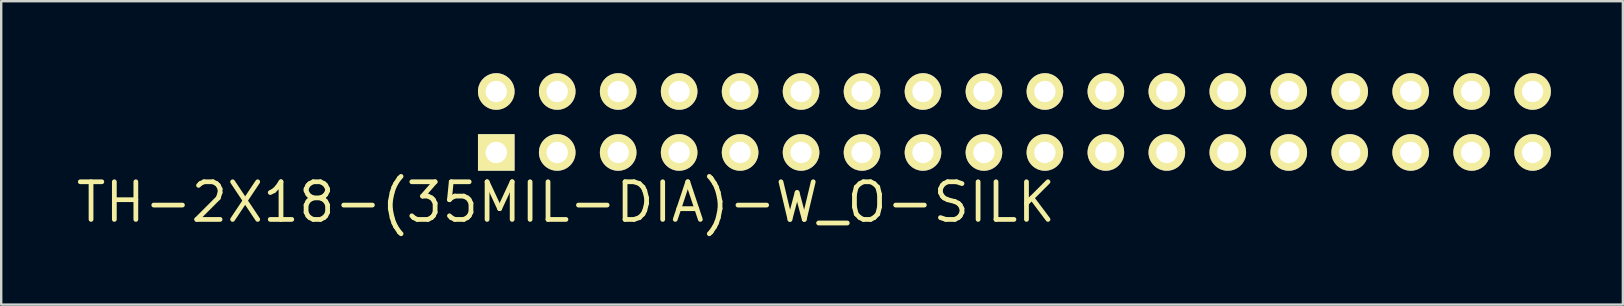
<source format=kicad_pcb>
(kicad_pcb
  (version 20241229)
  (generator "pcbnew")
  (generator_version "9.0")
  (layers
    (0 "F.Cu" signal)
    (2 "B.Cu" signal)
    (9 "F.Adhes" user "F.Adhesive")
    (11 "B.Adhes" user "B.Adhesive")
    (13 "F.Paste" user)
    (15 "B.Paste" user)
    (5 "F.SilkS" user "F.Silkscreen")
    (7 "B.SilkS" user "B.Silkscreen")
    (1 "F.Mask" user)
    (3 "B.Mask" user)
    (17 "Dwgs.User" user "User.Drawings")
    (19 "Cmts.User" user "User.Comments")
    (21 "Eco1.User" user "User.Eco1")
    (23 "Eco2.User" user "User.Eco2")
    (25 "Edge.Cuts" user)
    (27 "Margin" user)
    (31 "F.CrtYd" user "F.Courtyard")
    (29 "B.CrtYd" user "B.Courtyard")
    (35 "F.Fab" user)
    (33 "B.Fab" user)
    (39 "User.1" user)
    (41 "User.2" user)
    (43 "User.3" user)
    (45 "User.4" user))
  (footprint "TH-2X18-(35MIL-DIA)-W_O-SILK"
    (layer "F.Cu")
    (at 39.217 2.032)
    (property "Reference" "TH-2X18-(35MIL-DIA)-W_O-SILK" (at -18.687 3.345 0) (layer "F.SilkS") (effects (font (size 1.568 1.568) (thickness 0.198))))
    (attr exclude_from_pos_files exclude_from_bom)
    (fp_line (start -21.844 -1.524) (end -21.336 -1.524) (stroke (width 0.066) (type solid)) (layer "Dwgs.User"))
    (fp_line (start -21.844 -1.016) (end -21.844 -1.524) (stroke (width 0.066) (type solid)) (layer "Dwgs.User"))
    (fp_line (start -21.844 -1.016) (end -21.336 -1.016) (stroke (width 0.066) (type solid)) (layer "Dwgs.User"))
    (fp_line (start -21.844 1.016) (end -21.336 1.016) (stroke (width 0.066) (type solid)) (layer "Dwgs.User"))
    (fp_line (start -21.844 1.524) (end -21.844 1.016) (stroke (width 0.066) (type solid)) (layer "Dwgs.User"))
    (fp_line (start -21.844 1.524) (end -21.336 1.524) (stroke (width 0.066) (type solid)) (layer "Dwgs.User"))
    (fp_line (start -21.336 -1.016) (end -21.336 -1.524) (stroke (width 0.066) (type solid)) (layer "Dwgs.User"))
    (fp_line (start -21.336 1.524) (end -21.336 1.016) (stroke (width 0.066) (type solid)) (layer "Dwgs.User"))
    (fp_line (start -19.304 -1.524) (end -18.796 -1.524) (stroke (width 0.066) (type solid)) (layer "Dwgs.User"))
    (fp_line (start -19.304 -1.016) (end -19.304 -1.524) (stroke (width 0.066) (type solid)) (layer "Dwgs.User"))
    (fp_line (start -19.304 -1.016) (end -18.796 -1.016) (stroke (width 0.066) (type solid)) (layer "Dwgs.User"))
    (fp_line (start -19.304 1.016) (end -18.796 1.016) (stroke (width 0.066) (type solid)) (layer "Dwgs.User"))
    (fp_line (start -19.304 1.524) (end -19.304 1.016) (stroke (width 0.066) (type solid)) (layer "Dwgs.User"))
    (fp_line (start -19.304 1.524) (end -18.796 1.524) (stroke (width 0.066) (type solid)) (layer "Dwgs.User"))
    (fp_line (start -18.796 -1.016) (end -18.796 -1.524) (stroke (width 0.066) (type solid)) (layer "Dwgs.User"))
    (fp_line (start -18.796 1.524) (end -18.796 1.016) (stroke (width 0.066) (type solid)) (layer "Dwgs.User"))
    (fp_line (start -16.764 -1.524) (end -16.256 -1.524) (stroke (width 0.066) (type solid)) (layer "Dwgs.User"))
    (fp_line (start -16.764 -1.016) (end -16.764 -1.524) (stroke (width 0.066) (type solid)) (layer "Dwgs.User"))
    (fp_line (start -16.764 -1.016) (end -16.256 -1.016) (stroke (width 0.066) (type solid)) (layer "Dwgs.User"))
    (fp_line (start -16.764 1.016) (end -16.256 1.016) (stroke (width 0.066) (type solid)) (layer "Dwgs.User"))
    (fp_line (start -16.764 1.524) (end -16.764 1.016) (stroke (width 0.066) (type solid)) (layer "Dwgs.User"))
    (fp_line (start -16.764 1.524) (end -16.256 1.524) (stroke (width 0.066) (type solid)) (layer "Dwgs.User"))
    (fp_line (start -16.256 -1.016) (end -16.256 -1.524) (stroke (width 0.066) (type solid)) (layer "Dwgs.User"))
    (fp_line (start -16.256 1.524) (end -16.256 1.016) (stroke (width 0.066) (type solid)) (layer "Dwgs.User"))
    (fp_line (start -14.224 -1.524) (end -13.716 -1.524) (stroke (width 0.066) (type solid)) (layer "Dwgs.User"))
    (fp_line (start -14.224 -1.016) (end -14.224 -1.524) (stroke (width 0.066) (type solid)) (layer "Dwgs.User"))
    (fp_line (start -14.224 -1.016) (end -13.716 -1.016) (stroke (width 0.066) (type solid)) (layer "Dwgs.User"))
    (fp_line (start -14.224 1.016) (end -13.716 1.016) (stroke (width 0.066) (type solid)) (layer "Dwgs.User"))
    (fp_line (start -14.224 1.524) (end -14.224 1.016) (stroke (width 0.066) (type solid)) (layer "Dwgs.User"))
    (fp_line (start -14.224 1.524) (end -13.716 1.524) (stroke (width 0.066) (type solid)) (layer "Dwgs.User"))
    (fp_line (start -13.716 -1.016) (end -13.716 -1.524) (stroke (width 0.066) (type solid)) (layer "Dwgs.User"))
    (fp_line (start -13.716 1.524) (end -13.716 1.016) (stroke (width 0.066) (type solid)) (layer "Dwgs.User"))
    (fp_line (start -11.684 -1.524) (end -11.176 -1.524) (stroke (width 0.066) (type solid)) (layer "Dwgs.User"))
    (fp_line (start -11.684 -1.016) (end -11.684 -1.524) (stroke (width 0.066) (type solid)) (layer "Dwgs.User"))
    (fp_line (start -11.684 -1.016) (end -11.176 -1.016) (stroke (width 0.066) (type solid)) (layer "Dwgs.User"))
    (fp_line (start -11.684 1.016) (end -11.176 1.016) (stroke (width 0.066) (type solid)) (layer "Dwgs.User"))
    (fp_line (start -11.684 1.524) (end -11.684 1.016) (stroke (width 0.066) (type solid)) (layer "Dwgs.User"))
    (fp_line (start -11.684 1.524) (end -11.176 1.524) (stroke (width 0.066) (type solid)) (layer "Dwgs.User"))
    (fp_line (start -11.176 -1.016) (end -11.176 -1.524) (stroke (width 0.066) (type solid)) (layer "Dwgs.User"))
    (fp_line (start -11.176 1.524) (end -11.176 1.016) (stroke (width 0.066) (type solid)) (layer "Dwgs.User"))
    (fp_line (start -9.144 -1.524) (end -8.636 -1.524) (stroke (width 0.066) (type solid)) (layer "Dwgs.User"))
    (fp_line (start -9.144 -1.016) (end -9.144 -1.524) (stroke (width 0.066) (type solid)) (layer "Dwgs.User"))
    (fp_line (start -9.144 -1.016) (end -8.636 -1.016) (stroke (width 0.066) (type solid)) (layer "Dwgs.User"))
    (fp_line (start -9.144 1.016) (end -8.636 1.016) (stroke (width 0.066) (type solid)) (layer "Dwgs.User"))
    (fp_line (start -9.144 1.524) (end -9.144 1.016) (stroke (width 0.066) (type solid)) (layer "Dwgs.User"))
    (fp_line (start -9.144 1.524) (end -8.636 1.524) (stroke (width 0.066) (type solid)) (layer "Dwgs.User"))
    (fp_line (start -8.636 -1.016) (end -8.636 -1.524) (stroke (width 0.066) (type solid)) (layer "Dwgs.User"))
    (fp_line (start -8.636 1.524) (end -8.636 1.016) (stroke (width 0.066) (type solid)) (layer "Dwgs.User"))
    (fp_line (start -6.604 -1.524) (end -6.096 -1.524) (stroke (width 0.066) (type solid)) (layer "Dwgs.User"))
    (fp_line (start -6.604 -1.016) (end -6.604 -1.524) (stroke (width 0.066) (type solid)) (layer "Dwgs.User"))
    (fp_line (start -6.604 -1.016) (end -6.096 -1.016) (stroke (width 0.066) (type solid)) (layer "Dwgs.User"))
    (fp_line (start -6.604 1.016) (end -6.096 1.016) (stroke (width 0.066) (type solid)) (layer "Dwgs.User"))
    (fp_line (start -6.604 1.524) (end -6.604 1.016) (stroke (width 0.066) (type solid)) (layer "Dwgs.User"))
    (fp_line (start -6.604 1.524) (end -6.096 1.524) (stroke (width 0.066) (type solid)) (layer "Dwgs.User"))
    (fp_line (start -6.096 -1.016) (end -6.096 -1.524) (stroke (width 0.066) (type solid)) (layer "Dwgs.User"))
    (fp_line (start -6.096 1.524) (end -6.096 1.016) (stroke (width 0.066) (type solid)) (layer "Dwgs.User"))
    (fp_line (start -4.064 -1.524) (end -3.556 -1.524) (stroke (width 0.066) (type solid)) (layer "Dwgs.User"))
    (fp_line (start -4.064 -1.016) (end -4.064 -1.524) (stroke (width 0.066) (type solid)) (layer "Dwgs.User"))
    (fp_line (start -4.064 -1.016) (end -3.556 -1.016) (stroke (width 0.066) (type solid)) (layer "Dwgs.User"))
    (fp_line (start -4.064 1.016) (end -3.556 1.016) (stroke (width 0.066) (type solid)) (layer "Dwgs.User"))
    (fp_line (start -4.064 1.524) (end -4.064 1.016) (stroke (width 0.066) (type solid)) (layer "Dwgs.User"))
    (fp_line (start -4.064 1.524) (end -3.556 1.524) (stroke (width 0.066) (type solid)) (layer "Dwgs.User"))
    (fp_line (start -3.556 -1.016) (end -3.556 -1.524) (stroke (width 0.066) (type solid)) (layer "Dwgs.User"))
    (fp_line (start -3.556 1.524) (end -3.556 1.016) (stroke (width 0.066) (type solid)) (layer "Dwgs.User"))
    (fp_line (start -1.524 -1.524) (end -1.016 -1.524) (stroke (width 0.066) (type solid)) (layer "Dwgs.User"))
    (fp_line (start -1.524 -1.016) (end -1.524 -1.524) (stroke (width 0.066) (type solid)) (layer "Dwgs.User"))
    (fp_line (start -1.524 -1.016) (end -1.016 -1.016) (stroke (width 0.066) (type solid)) (layer "Dwgs.User"))
    (fp_line (start -1.524 1.016) (end -1.016 1.016) (stroke (width 0.066) (type solid)) (layer "Dwgs.User"))
    (fp_line (start -1.524 1.524) (end -1.524 1.016) (stroke (width 0.066) (type solid)) (layer "Dwgs.User"))
    (fp_line (start -1.524 1.524) (end -1.016 1.524) (stroke (width 0.066) (type solid)) (layer "Dwgs.User"))
    (fp_line (start -1.016 -1.016) (end -1.016 -1.524) (stroke (width 0.066) (type solid)) (layer "Dwgs.User"))
    (fp_line (start -1.016 1.524) (end -1.016 1.016) (stroke (width 0.066) (type solid)) (layer "Dwgs.User"))
    (fp_line (start 1.016 -1.524) (end 1.524 -1.524) (stroke (width 0.066) (type solid)) (layer "Dwgs.User"))
    (fp_line (start 1.016 -1.016) (end 1.016 -1.524) (stroke (width 0.066) (type solid)) (layer "Dwgs.User"))
    (fp_line (start 1.016 -1.016) (end 1.524 -1.016) (stroke (width 0.066) (type solid)) (layer "Dwgs.User"))
    (fp_line (start 1.016 1.016) (end 1.524 1.016) (stroke (width 0.066) (type solid)) (layer "Dwgs.User"))
    (fp_line (start 1.016 1.524) (end 1.016 1.016) (stroke (width 0.066) (type solid)) (layer "Dwgs.User"))
    (fp_line (start 1.016 1.524) (end 1.524 1.524) (stroke (width 0.066) (type solid)) (layer "Dwgs.User"))
    (fp_line (start 1.524 -1.016) (end 1.524 -1.524) (stroke (width 0.066) (type solid)) (layer "Dwgs.User"))
    (fp_line (start 1.524 1.524) (end 1.524 1.016) (stroke (width 0.066) (type solid)) (layer "Dwgs.User"))
    (fp_line (start 3.556 -1.524) (end 4.064 -1.524) (stroke (width 0.066) (type solid)) (layer "Dwgs.User"))
    (fp_line (start 3.556 -1.016) (end 3.556 -1.524) (stroke (width 0.066) (type solid)) (layer "Dwgs.User"))
    (fp_line (start 3.556 -1.016) (end 4.064 -1.016) (stroke (width 0.066) (type solid)) (layer "Dwgs.User"))
    (fp_line (start 3.556 1.016) (end 4.064 1.016) (stroke (width 0.066) (type solid)) (layer "Dwgs.User"))
    (fp_line (start 3.556 1.524) (end 3.556 1.016) (stroke (width 0.066) (type solid)) (layer "Dwgs.User"))
    (fp_line (start 3.556 1.524) (end 4.064 1.524) (stroke (width 0.066) (type solid)) (layer "Dwgs.User"))
    (fp_line (start 4.064 -1.016) (end 4.064 -1.524) (stroke (width 0.066) (type solid)) (layer "Dwgs.User"))
    (fp_line (start 4.064 1.524) (end 4.064 1.016) (stroke (width 0.066) (type solid)) (layer "Dwgs.User"))
    (fp_line (start 6.096 -1.524) (end 6.604 -1.524) (stroke (width 0.066) (type solid)) (layer "Dwgs.User"))
    (fp_line (start 6.096 -1.016) (end 6.096 -1.524) (stroke (width 0.066) (type solid)) (layer "Dwgs.User"))
    (fp_line (start 6.096 -1.016) (end 6.604 -1.016) (stroke (width 0.066) (type solid)) (layer "Dwgs.User"))
    (fp_line (start 6.096 1.016) (end 6.604 1.016) (stroke (width 0.066) (type solid)) (layer "Dwgs.User"))
    (fp_line (start 6.096 1.524) (end 6.096 1.016) (stroke (width 0.066) (type solid)) (layer "Dwgs.User"))
    (fp_line (start 6.096 1.524) (end 6.604 1.524) (stroke (width 0.066) (type solid)) (layer "Dwgs.User"))
    (fp_line (start 6.604 -1.016) (end 6.604 -1.524) (stroke (width 0.066) (type solid)) (layer "Dwgs.User"))
    (fp_line (start 6.604 1.524) (end 6.604 1.016) (stroke (width 0.066) (type solid)) (layer "Dwgs.User"))
    (fp_line (start 8.636 -1.524) (end 9.144 -1.524) (stroke (width 0.066) (type solid)) (layer "Dwgs.User"))
    (fp_line (start 8.636 -1.016) (end 8.636 -1.524) (stroke (width 0.066) (type solid)) (layer "Dwgs.User"))
    (fp_line (start 8.636 -1.016) (end 9.144 -1.016) (stroke (width 0.066) (type solid)) (layer "Dwgs.User"))
    (fp_line (start 8.636 1.016) (end 9.144 1.016) (stroke (width 0.066) (type solid)) (layer "Dwgs.User"))
    (fp_line (start 8.636 1.524) (end 8.636 1.016) (stroke (width 0.066) (type solid)) (layer "Dwgs.User"))
    (fp_line (start 8.636 1.524) (end 9.144 1.524) (stroke (width 0.066) (type solid)) (layer "Dwgs.User"))
    (fp_line (start 9.144 -1.016) (end 9.144 -1.524) (stroke (width 0.066) (type solid)) (layer "Dwgs.User"))
    (fp_line (start 9.144 1.524) (end 9.144 1.016) (stroke (width 0.066) (type solid)) (layer "Dwgs.User"))
    (fp_line (start 11.176 -1.524) (end 11.684 -1.524) (stroke (width 0.066) (type solid)) (layer "Dwgs.User"))
    (fp_line (start 11.176 -1.016) (end 11.176 -1.524) (stroke (width 0.066) (type solid)) (layer "Dwgs.User"))
    (fp_line (start 11.176 -1.016) (end 11.684 -1.016) (stroke (width 0.066) (type solid)) (layer "Dwgs.User"))
    (fp_line (start 11.176 1.016) (end 11.684 1.016) (stroke (width 0.066) (type solid)) (layer "Dwgs.User"))
    (fp_line (start 11.176 1.524) (end 11.176 1.016) (stroke (width 0.066) (type solid)) (layer "Dwgs.User"))
    (fp_line (start 11.176 1.524) (end 11.684 1.524) (stroke (width 0.066) (type solid)) (layer "Dwgs.User"))
    (fp_line (start 11.684 -1.016) (end 11.684 -1.524) (stroke (width 0.066) (type solid)) (layer "Dwgs.User"))
    (fp_line (start 11.684 1.524) (end 11.684 1.016) (stroke (width 0.066) (type solid)) (layer "Dwgs.User"))
    (fp_line (start 13.716 -1.524) (end 14.224 -1.524) (stroke (width 0.066) (type solid)) (layer "Dwgs.User"))
    (fp_line (start 13.716 -1.016) (end 13.716 -1.524) (stroke (width 0.066) (type solid)) (layer "Dwgs.User"))
    (fp_line (start 13.716 -1.016) (end 14.224 -1.016) (stroke (width 0.066) (type solid)) (layer "Dwgs.User"))
    (fp_line (start 13.716 1.016) (end 14.224 1.016) (stroke (width 0.066) (type solid)) (layer "Dwgs.User"))
    (fp_line (start 13.716 1.524) (end 13.716 1.016) (stroke (width 0.066) (type solid)) (layer "Dwgs.User"))
    (fp_line (start 13.716 1.524) (end 14.224 1.524) (stroke (width 0.066) (type solid)) (layer "Dwgs.User"))
    (fp_line (start 14.224 -1.016) (end 14.224 -1.524) (stroke (width 0.066) (type solid)) (layer "Dwgs.User"))
    (fp_line (start 14.224 1.524) (end 14.224 1.016) (stroke (width 0.066) (type solid)) (layer "Dwgs.User"))
    (fp_line (start 16.256 -1.524) (end 16.764 -1.524) (stroke (width 0.066) (type solid)) (layer "Dwgs.User"))
    (fp_line (start 16.256 -1.016) (end 16.256 -1.524) (stroke (width 0.066) (type solid)) (layer "Dwgs.User"))
    (fp_line (start 16.256 -1.016) (end 16.764 -1.016) (stroke (width 0.066) (type solid)) (layer "Dwgs.User"))
    (fp_line (start 16.256 1.016) (end 16.764 1.016) (stroke (width 0.066) (type solid)) (layer "Dwgs.User"))
    (fp_line (start 16.256 1.524) (end 16.256 1.016) (stroke (width 0.066) (type solid)) (layer "Dwgs.User"))
    (fp_line (start 16.256 1.524) (end 16.764 1.524) (stroke (width 0.066) (type solid)) (layer "Dwgs.User"))
    (fp_line (start 16.764 -1.016) (end 16.764 -1.524) (stroke (width 0.066) (type solid)) (layer "Dwgs.User"))
    (fp_line (start 16.764 1.524) (end 16.764 1.016) (stroke (width 0.066) (type solid)) (layer "Dwgs.User"))
    (fp_line (start 18.796 -1.524) (end 19.304 -1.524) (stroke (width 0.066) (type solid)) (layer "Dwgs.User"))
    (fp_line (start 18.796 -1.016) (end 18.796 -1.524) (stroke (width 0.066) (type solid)) (layer "Dwgs.User"))
    (fp_line (start 18.796 -1.016) (end 19.304 -1.016) (stroke (width 0.066) (type solid)) (layer "Dwgs.User"))
    (fp_line (start 18.796 1.016) (end 19.304 1.016) (stroke (width 0.066) (type solid)) (layer "Dwgs.User"))
    (fp_line (start 18.796 1.524) (end 18.796 1.016) (stroke (width 0.066) (type solid)) (layer "Dwgs.User"))
    (fp_line (start 18.796 1.524) (end 19.304 1.524) (stroke (width 0.066) (type solid)) (layer "Dwgs.User"))
    (fp_line (start 19.304 -1.016) (end 19.304 -1.524) (stroke (width 0.066) (type solid)) (layer "Dwgs.User"))
    (fp_line (start 19.304 1.524) (end 19.304 1.016) (stroke (width 0.066) (type solid)) (layer "Dwgs.User"))
    (fp_line (start 21.336 -1.524) (end 21.844 -1.524) (stroke (width 0.066) (type solid)) (layer "Dwgs.User"))
    (fp_line (start 21.336 -1.016) (end 21.336 -1.524) (stroke (width 0.066) (type solid)) (layer "Dwgs.User"))
    (fp_line (start 21.336 -1.016) (end 21.844 -1.016) (stroke (width 0.066) (type solid)) (layer "Dwgs.User"))
    (fp_line (start 21.336 1.016) (end 21.844 1.016) (stroke (width 0.066) (type solid)) (layer "Dwgs.User"))
    (fp_line (start 21.336 1.524) (end 21.336 1.016) (stroke (width 0.066) (type solid)) (layer "Dwgs.User"))
    (fp_line (start 21.336 1.524) (end 21.844 1.524) (stroke (width 0.066) (type solid)) (layer "Dwgs.User"))
    (fp_line (start 21.844 -1.016) (end 21.844 -1.524) (stroke (width 0.066) (type solid)) (layer "Dwgs.User"))
    (fp_line (start 21.844 1.524) (end 21.844 1.016) (stroke (width 0.066) (type solid)) (layer "Dwgs.User"))
    (pad "1" thru_hole rect (at -21.59 1.27) (size 1.524 1.524) (drill 0.889) (layers "*.Cu" "*.Mask" "F.SilkS"))
    (pad "2" thru_hole circle (at -21.59 -1.27) (size 1.524 1.524) (drill 0.889) (layers "*.Cu" "*.Mask" "F.SilkS"))
    (pad "3" thru_hole circle (at -19.05 1.27) (size 1.524 1.524) (drill 0.889) (layers "*.Cu" "*.Mask" "F.SilkS"))
    (pad "4" thru_hole circle (at -19.05 -1.27) (size 1.524 1.524) (drill 0.889) (layers "*.Cu" "*.Mask" "F.SilkS"))
    (pad "5" thru_hole circle (at -16.51 1.27) (size 1.524 1.524) (drill 0.889) (layers "*.Cu" "*.Mask" "F.SilkS"))
    (pad "6" thru_hole circle (at -16.51 -1.27) (size 1.524 1.524) (drill 0.889) (layers "*.Cu" "*.Mask" "F.SilkS"))
    (pad "7" thru_hole circle (at -13.97 1.27) (size 1.524 1.524) (drill 0.889) (layers "*.Cu" "*.Mask" "F.SilkS"))
    (pad "8" thru_hole circle (at -13.97 -1.27) (size 1.524 1.524) (drill 0.889) (layers "*.Cu" "*.Mask" "F.SilkS"))
    (pad "9" thru_hole circle (at -11.43 1.27) (size 1.524 1.524) (drill 0.889) (layers "*.Cu" "*.Mask" "F.SilkS"))
    (pad "10" thru_hole circle (at -11.43 -1.27) (size 1.524 1.524) (drill 0.889) (layers "*.Cu" "*.Mask" "F.SilkS"))
    (pad "11" thru_hole circle (at -8.89 1.27) (size 1.524 1.524) (drill 0.889) (layers "*.Cu" "*.Mask" "F.SilkS"))
    (pad "12" thru_hole circle (at -8.89 -1.27) (size 1.524 1.524) (drill 0.889) (layers "*.Cu" "*.Mask" "F.SilkS"))
    (pad "13" thru_hole circle (at -6.35 1.27) (size 1.524 1.524) (drill 0.889) (layers "*.Cu" "*.Mask" "F.SilkS"))
    (pad "14" thru_hole circle (at -6.35 -1.27) (size 1.524 1.524) (drill 0.889) (layers "*.Cu" "*.Mask" "F.SilkS"))
    (pad "15" thru_hole circle (at -3.81 1.27) (size 1.524 1.524) (drill 0.889) (layers "*.Cu" "*.Mask" "F.SilkS"))
    (pad "16" thru_hole circle (at -3.81 -1.27) (size 1.524 1.524) (drill 0.889) (layers "*.Cu" "*.Mask" "F.SilkS"))
    (pad "17" thru_hole circle (at -1.27 1.27) (size 1.524 1.524) (drill 0.889) (layers "*.Cu" "*.Mask" "F.SilkS"))
    (pad "18" thru_hole circle (at -1.27 -1.27) (size 1.524 1.524) (drill 0.889) (layers "*.Cu" "*.Mask" "F.SilkS"))
    (pad "19" thru_hole circle (at 1.27 1.27) (size 1.524 1.524) (drill 0.889) (layers "*.Cu" "*.Mask" "F.SilkS"))
    (pad "20" thru_hole circle (at 1.27 -1.27) (size 1.524 1.524) (drill 0.889) (layers "*.Cu" "*.Mask" "F.SilkS"))
    (pad "21" thru_hole circle (at 3.81 1.27) (size 1.524 1.524) (drill 0.889) (layers "*.Cu" "*.Mask" "F.SilkS"))
    (pad "22" thru_hole circle (at 3.81 -1.27) (size 1.524 1.524) (drill 0.889) (layers "*.Cu" "*.Mask" "F.SilkS"))
    (pad "23" thru_hole circle (at 6.35 1.27) (size 1.524 1.524) (drill 0.889) (layers "*.Cu" "*.Mask" "F.SilkS"))
    (pad "24" thru_hole circle (at 6.35 -1.27) (size 1.524 1.524) (drill 0.889) (layers "*.Cu" "*.Mask" "F.SilkS"))
    (pad "25" thru_hole circle (at 8.89 1.27) (size 1.524 1.524) (drill 0.889) (layers "*.Cu" "*.Mask" "F.SilkS"))
    (pad "26" thru_hole circle (at 8.89 -1.27) (size 1.524 1.524) (drill 0.889) (layers "*.Cu" "*.Mask" "F.SilkS"))
    (pad "27" thru_hole circle (at 11.43 1.27) (size 1.524 1.524) (drill 0.889) (layers "*.Cu" "*.Mask" "F.SilkS"))
    (pad "28" thru_hole circle (at 11.43 -1.27) (size 1.524 1.524) (drill 0.889) (layers "*.Cu" "*.Mask" "F.SilkS"))
    (pad "29" thru_hole circle (at 13.97 1.27) (size 1.524 1.524) (drill 0.889) (layers "*.Cu" "*.Mask" "F.SilkS"))
    (pad "30" thru_hole circle (at 13.97 -1.27) (size 1.524 1.524) (drill 0.889) (layers "*.Cu" "*.Mask" "F.SilkS"))
    (pad "31" thru_hole circle (at 16.51 1.27) (size 1.524 1.524) (drill 0.889) (layers "*.Cu" "*.Mask" "F.SilkS"))
    (pad "32" thru_hole circle (at 16.51 -1.27) (size 1.524 1.524) (drill 0.889) (layers "*.Cu" "*.Mask" "F.SilkS"))
    (pad "33" thru_hole circle (at 19.05 1.27) (size 1.524 1.524) (drill 0.889) (layers "*.Cu" "*.Mask" "F.SilkS"))
    (pad "34" thru_hole circle (at 19.05 -1.27) (size 1.524 1.524) (drill 0.889) (layers "*.Cu" "*.Mask" "F.SilkS"))
    (pad "35" thru_hole circle (at 21.59 1.27) (size 1.524 1.524) (drill 0.889) (layers "*.Cu" "*.Mask" "F.SilkS"))
    (pad "36" thru_hole circle (at 21.59 -1.27) (size 1.524 1.524) (drill 0.889) (layers "*.Cu" "*.Mask" "F.SilkS")))
  (gr_rect
    (start -3 -3)
    (end 64.569 9.642)
    (stroke (width 0.1) (type default))
    (fill no)
    (layer "Edge.Cuts")))
</source>
